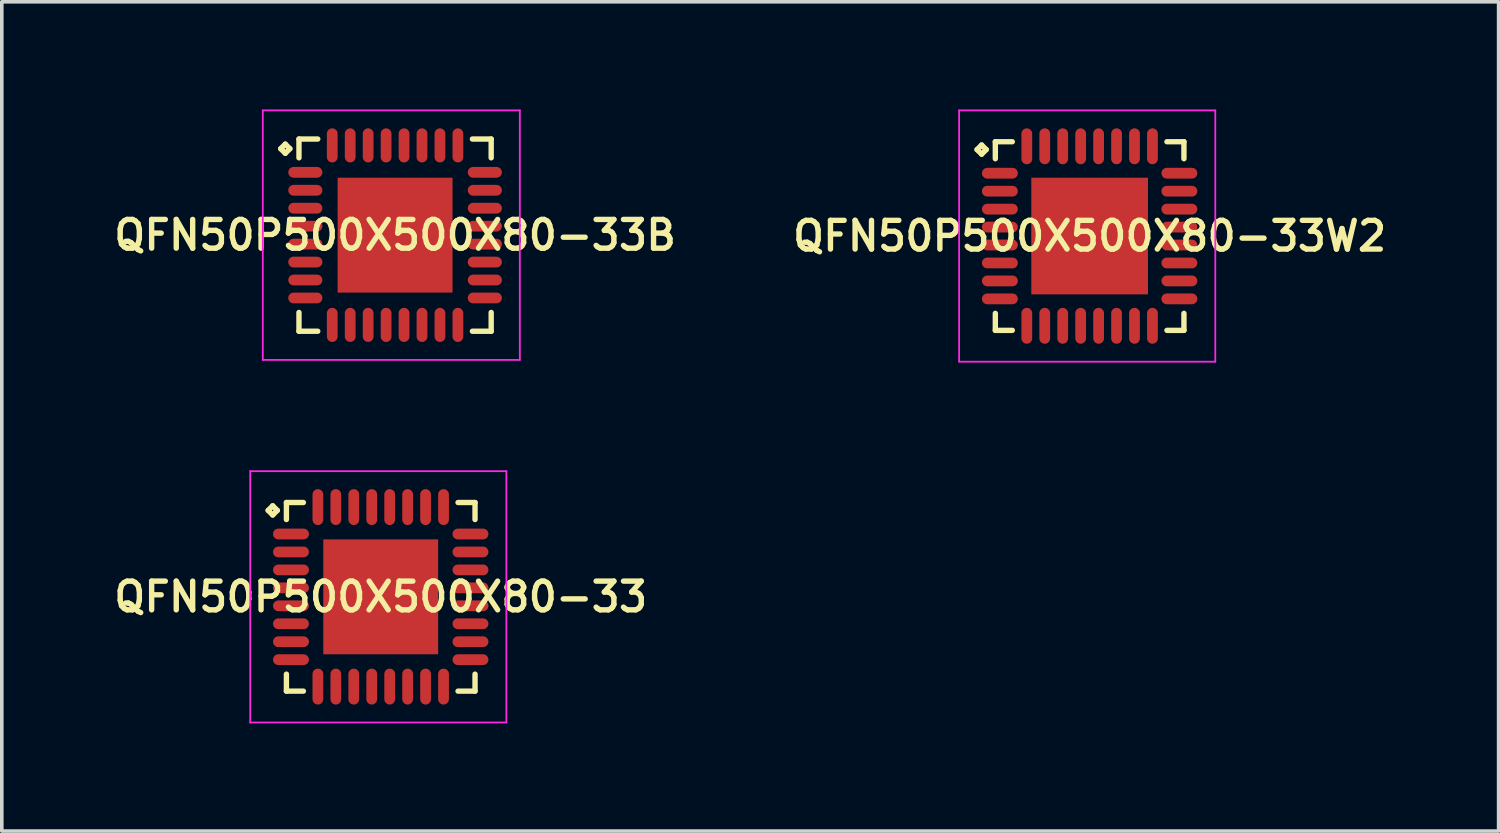
<source format=kicad_pcb>
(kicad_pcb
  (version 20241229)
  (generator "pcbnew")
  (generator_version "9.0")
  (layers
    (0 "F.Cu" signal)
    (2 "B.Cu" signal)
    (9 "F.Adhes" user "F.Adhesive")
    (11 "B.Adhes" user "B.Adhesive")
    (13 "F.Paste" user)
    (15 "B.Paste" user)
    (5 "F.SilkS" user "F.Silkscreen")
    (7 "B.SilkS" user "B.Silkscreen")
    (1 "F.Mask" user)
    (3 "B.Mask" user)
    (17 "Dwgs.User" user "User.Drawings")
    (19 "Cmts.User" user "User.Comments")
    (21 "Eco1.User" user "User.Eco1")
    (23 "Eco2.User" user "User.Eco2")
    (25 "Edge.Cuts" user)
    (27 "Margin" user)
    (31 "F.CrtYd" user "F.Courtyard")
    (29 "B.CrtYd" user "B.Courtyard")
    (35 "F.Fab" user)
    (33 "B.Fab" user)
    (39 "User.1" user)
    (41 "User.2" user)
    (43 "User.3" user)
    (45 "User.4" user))
  (footprint "QFN50P500X500X80-33B"
    (layer "F.Cu")
    (at 7.955 3.5)
    (property "Reference" "QFN50P500X500X80-33B" (at 0 0 0) (layer "F.SilkS") (effects (font (size 0.8 0.8) (thickness 0.15))))
    (attr smd)
    (fp_line (start -3.185 -2.408) (end -3.058 -2.535) (stroke (width 0.15) (type solid)) (layer "F.SilkS"))
    (fp_line (start -3.058 -2.535) (end -2.931 -2.408) (stroke (width 0.15) (type solid)) (layer "F.SilkS"))
    (fp_line (start -3.058 -2.281) (end -3.185 -2.408) (stroke (width 0.15) (type solid)) (layer "F.SilkS"))
    (fp_line (start -2.931 -2.408) (end -3.058 -2.281) (stroke (width 0.15) (type solid)) (layer "F.SilkS"))
    (fp_line (start -2.677 -2.677) (end -2.154 -2.677) (stroke (width 0.15) (type solid)) (layer "F.SilkS"))
    (fp_line (start -2.677 -2.154) (end -2.677 -2.677) (stroke (width 0.15) (type solid)) (layer "F.SilkS"))
    (fp_line (start -2.677 2.154) (end -2.677 2.677) (stroke (width 0.15) (type solid)) (layer "F.SilkS"))
    (fp_line (start -2.677 2.677) (end -2.154 2.677) (stroke (width 0.15) (type solid)) (layer "F.SilkS"))
    (fp_line (start 2.154 -2.677) (end 2.677 -2.677) (stroke (width 0.15) (type solid)) (layer "F.SilkS"))
    (fp_line (start 2.154 2.677) (end 2.677 2.677) (stroke (width 0.15) (type solid)) (layer "F.SilkS"))
    (fp_line (start 2.677 -2.677) (end 2.677 -2.154) (stroke (width 0.15) (type solid)) (layer "F.SilkS"))
    (fp_line (start 2.677 2.677) (end 2.677 2.154) (stroke (width 0.15) (type solid)) (layer "F.SilkS"))
    (fp_line (start -3.685 -3.475) (end 3.475 -3.475) (stroke (width 0.05) (type solid)) (layer "F.CrtYd"))
    (fp_line (start -3.685 3.475) (end -3.685 -3.475) (stroke (width 0.05) (type solid)) (layer "F.CrtYd"))
    (fp_line (start 3.475 -3.475) (end 3.475 3.475) (stroke (width 0.05) (type solid)) (layer "F.CrtYd"))
    (fp_line (start 3.475 3.475) (end -3.685 3.475) (stroke (width 0.05) (type solid)) (layer "F.CrtYd"))
    (pad "1" smd oval (at -2.5 -1.75) (size 0.95 0.3) (layers "F.Cu" "F.Mask" "F.Paste"))
    (pad "2" smd oval (at -2.5 -1.25) (size 0.95 0.3) (layers "F.Cu" "F.Mask" "F.Paste"))
    (pad "3" smd oval (at -2.5 -0.75) (size 0.95 0.3) (layers "F.Cu" "F.Mask" "F.Paste"))
    (pad "4" smd oval (at -2.5 -0.25) (size 0.95 0.3) (layers "F.Cu" "F.Mask" "F.Paste"))
    (pad "5" smd oval (at -2.5 0.25) (size 0.95 0.3) (layers "F.Cu" "F.Mask" "F.Paste"))
    (pad "6" smd oval (at -2.5 0.75) (size 0.95 0.3) (layers "F.Cu" "F.Mask" "F.Paste"))
    (pad "7" smd oval (at -2.5 1.25) (size 0.95 0.3) (layers "F.Cu" "F.Mask" "F.Paste"))
    (pad "8" smd oval (at -2.5 1.75) (size 0.95 0.3) (layers "F.Cu" "F.Mask" "F.Paste"))
    (pad "9" smd oval (at -1.75 2.5) (size 0.3 0.95) (layers "F.Cu" "F.Mask" "F.Paste"))
    (pad "10" smd oval (at -1.25 2.5) (size 0.3 0.95) (layers "F.Cu" "F.Mask" "F.Paste"))
    (pad "11" smd oval (at -0.75 2.5) (size 0.3 0.95) (layers "F.Cu" "F.Mask" "F.Paste"))
    (pad "12" smd oval (at -0.25 2.5) (size 0.3 0.95) (layers "F.Cu" "F.Mask" "F.Paste"))
    (pad "13" smd oval (at 0.25 2.5) (size 0.3 0.95) (layers "F.Cu" "F.Mask" "F.Paste"))
    (pad "14" smd oval (at 0.75 2.5) (size 0.3 0.95) (layers "F.Cu" "F.Mask" "F.Paste"))
    (pad "15" smd oval (at 1.25 2.5) (size 0.3 0.95) (layers "F.Cu" "F.Mask" "F.Paste"))
    (pad "16" smd oval (at 1.75 2.5) (size 0.3 0.95) (layers "F.Cu" "F.Mask" "F.Paste"))
    (pad "17" smd oval (at 2.5 1.75) (size 0.95 0.3) (layers "F.Cu" "F.Mask" "F.Paste"))
    (pad "18" smd oval (at 2.5 1.25) (size 0.95 0.3) (layers "F.Cu" "F.Mask" "F.Paste"))
    (pad "19" smd oval (at 2.5 0.75) (size 0.95 0.3) (layers "F.Cu" "F.Mask" "F.Paste"))
    (pad "20" smd oval (at 2.5 0.25) (size 0.95 0.3) (layers "F.Cu" "F.Mask" "F.Paste"))
    (pad "21" smd oval (at 2.5 -0.25) (size 0.95 0.3) (layers "F.Cu" "F.Mask" "F.Paste"))
    (pad "22" smd oval (at 2.5 -0.75) (size 0.95 0.3) (layers "F.Cu" "F.Mask" "F.Paste"))
    (pad "23" smd oval (at 2.5 -1.25) (size 0.95 0.3) (layers "F.Cu" "F.Mask" "F.Paste"))
    (pad "24" smd oval (at 2.5 -1.75) (size 0.95 0.3) (layers "F.Cu" "F.Mask" "F.Paste"))
    (pad "25" smd oval (at 1.75 -2.5) (size 0.3 0.95) (layers "F.Cu" "F.Mask" "F.Paste"))
    (pad "26" smd oval (at 1.25 -2.5) (size 0.3 0.95) (layers "F.Cu" "F.Mask" "F.Paste"))
    (pad "27" smd oval (at 0.75 -2.5) (size 0.3 0.95) (layers "F.Cu" "F.Mask" "F.Paste"))
    (pad "28" smd oval (at 0.25 -2.5) (size 0.3 0.95) (layers "F.Cu" "F.Mask" "F.Paste"))
    (pad "29" smd oval (at -0.25 -2.5) (size 0.3 0.95) (layers "F.Cu" "F.Mask" "F.Paste"))
    (pad "30" smd oval (at -0.75 -2.5) (size 0.3 0.95) (layers "F.Cu" "F.Mask" "F.Paste"))
    (pad "31" smd oval (at -1.25 -2.5) (size 0.3 0.95) (layers "F.Cu" "F.Mask" "F.Paste"))
    (pad "32" smd oval (at -1.75 -2.5) (size 0.3 0.95) (layers "F.Cu" "F.Mask" "F.Paste"))
    (pad "33" smd rect (at 0 0) (size 3.2 3.2) (layers "F.Cu" "F.Mask" "F.Paste")))
  (footprint "QFN50P500X500X80-33W2"
    (layer "F.Cu")
    (at 27.302 3.525)
    (property "Reference" "QFN50P500X500X80-33W2" (at 0 0 0) (layer "F.SilkS") (effects (font (size 0.8 0.8) (thickness 0.15))))
    (attr smd)
    (fp_line (start -3.135 -2.408) (end -3.008 -2.535) (stroke (width 0.15) (type solid)) (layer "F.SilkS"))
    (fp_line (start -3.008 -2.535) (end -2.881 -2.408) (stroke (width 0.15) (type solid)) (layer "F.SilkS"))
    (fp_line (start -3.008 -2.281) (end -3.135 -2.408) (stroke (width 0.15) (type solid)) (layer "F.SilkS"))
    (fp_line (start -2.881 -2.408) (end -3.008 -2.281) (stroke (width 0.15) (type solid)) (layer "F.SilkS"))
    (fp_line (start -2.627 -2.627) (end -2.154 -2.627) (stroke (width 0.15) (type solid)) (layer "F.SilkS"))
    (fp_line (start -2.627 -2.154) (end -2.627 -2.627) (stroke (width 0.15) (type solid)) (layer "F.SilkS"))
    (fp_line (start -2.627 2.154) (end -2.627 2.627) (stroke (width 0.15) (type solid)) (layer "F.SilkS"))
    (fp_line (start -2.627 2.627) (end -2.154 2.627) (stroke (width 0.15) (type solid)) (layer "F.SilkS"))
    (fp_line (start 2.154 -2.627) (end 2.627 -2.627) (stroke (width 0.15) (type solid)) (layer "F.SilkS"))
    (fp_line (start 2.154 2.627) (end 2.627 2.627) (stroke (width 0.15) (type solid)) (layer "F.SilkS"))
    (fp_line (start 2.627 -2.627) (end 2.627 -2.154) (stroke (width 0.15) (type solid)) (layer "F.SilkS"))
    (fp_line (start 2.627 2.627) (end 2.627 2.154) (stroke (width 0.15) (type solid)) (layer "F.SilkS"))
    (fp_line (start -3.635 -3.5) (end 3.5 -3.5) (stroke (width 0.05) (type solid)) (layer "F.CrtYd"))
    (fp_line (start -3.635 3.5) (end -3.635 -3.5) (stroke (width 0.05) (type solid)) (layer "F.CrtYd"))
    (fp_line (start 3.5 -3.5) (end 3.5 3.5) (stroke (width 0.05) (type solid)) (layer "F.CrtYd"))
    (fp_line (start 3.5 3.5) (end -3.635 3.5) (stroke (width 0.05) (type solid)) (layer "F.CrtYd"))
    (pad "1" smd oval (at -2.5 -1.75) (size 1 0.3) (layers "F.Cu" "F.Mask" "F.Paste"))
    (pad "2" smd oval (at -2.5 -1.25) (size 1 0.3) (layers "F.Cu" "F.Mask" "F.Paste"))
    (pad "3" smd oval (at -2.5 -0.75) (size 1 0.3) (layers "F.Cu" "F.Mask" "F.Paste"))
    (pad "4" smd oval (at -2.5 -0.25) (size 1 0.3) (layers "F.Cu" "F.Mask" "F.Paste"))
    (pad "5" smd oval (at -2.5 0.25) (size 1 0.3) (layers "F.Cu" "F.Mask" "F.Paste"))
    (pad "6" smd oval (at -2.5 0.75) (size 1 0.3) (layers "F.Cu" "F.Mask" "F.Paste"))
    (pad "7" smd oval (at -2.5 1.25) (size 1 0.3) (layers "F.Cu" "F.Mask" "F.Paste"))
    (pad "8" smd oval (at -2.5 1.75) (size 1 0.3) (layers "F.Cu" "F.Mask" "F.Paste"))
    (pad "9" smd oval (at -1.75 2.5) (size 0.3 1) (layers "F.Cu" "F.Mask" "F.Paste"))
    (pad "10" smd oval (at -1.25 2.5) (size 0.3 1) (layers "F.Cu" "F.Mask" "F.Paste"))
    (pad "11" smd oval (at -0.75 2.5) (size 0.3 1) (layers "F.Cu" "F.Mask" "F.Paste"))
    (pad "12" smd oval (at -0.25 2.5) (size 0.3 1) (layers "F.Cu" "F.Mask" "F.Paste"))
    (pad "13" smd oval (at 0.25 2.5) (size 0.3 1) (layers "F.Cu" "F.Mask" "F.Paste"))
    (pad "14" smd oval (at 0.75 2.5) (size 0.3 1) (layers "F.Cu" "F.Mask" "F.Paste"))
    (pad "15" smd oval (at 1.25 2.5) (size 0.3 1) (layers "F.Cu" "F.Mask" "F.Paste"))
    (pad "16" smd oval (at 1.75 2.5) (size 0.3 1) (layers "F.Cu" "F.Mask" "F.Paste"))
    (pad "17" smd oval (at 2.5 1.75) (size 1 0.3) (layers "F.Cu" "F.Mask" "F.Paste"))
    (pad "18" smd oval (at 2.5 1.25) (size 1 0.3) (layers "F.Cu" "F.Mask" "F.Paste"))
    (pad "19" smd oval (at 2.5 0.75) (size 1 0.3) (layers "F.Cu" "F.Mask" "F.Paste"))
    (pad "20" smd oval (at 2.5 0.25) (size 1 0.3) (layers "F.Cu" "F.Mask" "F.Paste"))
    (pad "21" smd oval (at 2.5 -0.25) (size 1 0.3) (layers "F.Cu" "F.Mask" "F.Paste"))
    (pad "22" smd oval (at 2.5 -0.75) (size 1 0.3) (layers "F.Cu" "F.Mask" "F.Paste"))
    (pad "23" smd oval (at 2.5 -1.25) (size 1 0.3) (layers "F.Cu" "F.Mask" "F.Paste"))
    (pad "24" smd oval (at 2.5 -1.75) (size 1 0.3) (layers "F.Cu" "F.Mask" "F.Paste"))
    (pad "25" smd oval (at 1.75 -2.5) (size 0.3 1) (layers "F.Cu" "F.Mask" "F.Paste"))
    (pad "26" smd oval (at 1.25 -2.5) (size 0.3 1) (layers "F.Cu" "F.Mask" "F.Paste"))
    (pad "27" smd oval (at 0.75 -2.5) (size 0.3 1) (layers "F.Cu" "F.Mask" "F.Paste"))
    (pad "28" smd oval (at 0.25 -2.5) (size 0.3 1) (layers "F.Cu" "F.Mask" "F.Paste"))
    (pad "29" smd oval (at -0.25 -2.5) (size 0.3 1) (layers "F.Cu" "F.Mask" "F.Paste"))
    (pad "30" smd oval (at -0.75 -2.5) (size 0.3 1) (layers "F.Cu" "F.Mask" "F.Paste"))
    (pad "31" smd oval (at -1.25 -2.5) (size 0.3 1) (layers "F.Cu" "F.Mask" "F.Paste"))
    (pad "32" smd oval (at -1.75 -2.5) (size 0.3 1) (layers "F.Cu" "F.Mask" "F.Paste"))
    (pad "33" smd rect (at 0 0) (size 3.25 3.25) (layers "F.Cu" "F.Mask" "F.Paste")))
  (footprint "QFN50P500X500X80-33"
    (layer "F.Cu")
    (at 7.555 13.575)
    (property "Reference" "QFN50P500X500X80-33" (at 0 0 0) (layer "F.SilkS") (effects (font (size 0.8 0.8) (thickness 0.15))))
    (attr smd)
    (fp_line (start -3.135 -2.408) (end -3.008 -2.535) (stroke (width 0.15) (type solid)) (layer "F.SilkS"))
    (fp_line (start -3.008 -2.535) (end -2.881 -2.408) (stroke (width 0.15) (type solid)) (layer "F.SilkS"))
    (fp_line (start -3.008 -2.281) (end -3.135 -2.408) (stroke (width 0.15) (type solid)) (layer "F.SilkS"))
    (fp_line (start -2.881 -2.408) (end -3.008 -2.281) (stroke (width 0.15) (type solid)) (layer "F.SilkS"))
    (fp_line (start -2.627 -2.627) (end -2.154 -2.627) (stroke (width 0.15) (type solid)) (layer "F.SilkS"))
    (fp_line (start -2.627 -2.154) (end -2.627 -2.627) (stroke (width 0.15) (type solid)) (layer "F.SilkS"))
    (fp_line (start -2.627 2.154) (end -2.627 2.627) (stroke (width 0.15) (type solid)) (layer "F.SilkS"))
    (fp_line (start -2.627 2.627) (end -2.154 2.627) (stroke (width 0.15) (type solid)) (layer "F.SilkS"))
    (fp_line (start 2.154 -2.627) (end 2.627 -2.627) (stroke (width 0.15) (type solid)) (layer "F.SilkS"))
    (fp_line (start 2.154 2.627) (end 2.627 2.627) (stroke (width 0.15) (type solid)) (layer "F.SilkS"))
    (fp_line (start 2.627 -2.627) (end 2.627 -2.154) (stroke (width 0.15) (type solid)) (layer "F.SilkS"))
    (fp_line (start 2.627 2.627) (end 2.627 2.154) (stroke (width 0.15) (type solid)) (layer "F.SilkS"))
    (fp_line (start -3.635 -3.5) (end 3.5 -3.5) (stroke (width 0.05) (type solid)) (layer "F.CrtYd"))
    (fp_line (start -3.635 3.5) (end -3.635 -3.5) (stroke (width 0.05) (type solid)) (layer "F.CrtYd"))
    (fp_line (start 3.5 -3.5) (end 3.5 3.5) (stroke (width 0.05) (type solid)) (layer "F.CrtYd"))
    (fp_line (start 3.5 3.5) (end -3.635 3.5) (stroke (width 0.05) (type solid)) (layer "F.CrtYd"))
    (pad "1" smd oval (at -2.5 -1.75) (size 1 0.3) (layers "F.Cu" "F.Mask" "F.Paste"))
    (pad "2" smd oval (at -2.5 -1.25) (size 1 0.3) (layers "F.Cu" "F.Mask" "F.Paste"))
    (pad "3" smd oval (at -2.5 -0.75) (size 1 0.3) (layers "F.Cu" "F.Mask" "F.Paste"))
    (pad "4" smd oval (at -2.5 -0.25) (size 1 0.3) (layers "F.Cu" "F.Mask" "F.Paste"))
    (pad "5" smd oval (at -2.5 0.25) (size 1 0.3) (layers "F.Cu" "F.Mask" "F.Paste"))
    (pad "6" smd oval (at -2.5 0.75) (size 1 0.3) (layers "F.Cu" "F.Mask" "F.Paste"))
    (pad "7" smd oval (at -2.5 1.25) (size 1 0.3) (layers "F.Cu" "F.Mask" "F.Paste"))
    (pad "8" smd oval (at -2.5 1.75) (size 1 0.3) (layers "F.Cu" "F.Mask" "F.Paste"))
    (pad "9" smd oval (at -1.75 2.5) (size 0.3 1) (layers "F.Cu" "F.Mask" "F.Paste"))
    (pad "10" smd oval (at -1.25 2.5) (size 0.3 1) (layers "F.Cu" "F.Mask" "F.Paste"))
    (pad "11" smd oval (at -0.75 2.5) (size 0.3 1) (layers "F.Cu" "F.Mask" "F.Paste"))
    (pad "12" smd oval (at -0.25 2.5) (size 0.3 1) (layers "F.Cu" "F.Mask" "F.Paste"))
    (pad "13" smd oval (at 0.25 2.5) (size 0.3 1) (layers "F.Cu" "F.Mask" "F.Paste"))
    (pad "14" smd oval (at 0.75 2.5) (size 0.3 1) (layers "F.Cu" "F.Mask" "F.Paste"))
    (pad "15" smd oval (at 1.25 2.5) (size 0.3 1) (layers "F.Cu" "F.Mask" "F.Paste"))
    (pad "16" smd oval (at 1.75 2.5) (size 0.3 1) (layers "F.Cu" "F.Mask" "F.Paste"))
    (pad "17" smd oval (at 2.5 1.75) (size 1 0.3) (layers "F.Cu" "F.Mask" "F.Paste"))
    (pad "18" smd oval (at 2.5 1.25) (size 1 0.3) (layers "F.Cu" "F.Mask" "F.Paste"))
    (pad "19" smd oval (at 2.5 0.75) (size 1 0.3) (layers "F.Cu" "F.Mask" "F.Paste"))
    (pad "20" smd oval (at 2.5 0.25) (size 1 0.3) (layers "F.Cu" "F.Mask" "F.Paste"))
    (pad "21" smd oval (at 2.5 -0.25) (size 1 0.3) (layers "F.Cu" "F.Mask" "F.Paste"))
    (pad "22" smd oval (at 2.5 -0.75) (size 1 0.3) (layers "F.Cu" "F.Mask" "F.Paste"))
    (pad "23" smd oval (at 2.5 -1.25) (size 1 0.3) (layers "F.Cu" "F.Mask" "F.Paste"))
    (pad "24" smd oval (at 2.5 -1.75) (size 1 0.3) (layers "F.Cu" "F.Mask" "F.Paste"))
    (pad "25" smd oval (at 1.75 -2.5) (size 0.3 1) (layers "F.Cu" "F.Mask" "F.Paste"))
    (pad "26" smd oval (at 1.25 -2.5) (size 0.3 1) (layers "F.Cu" "F.Mask" "F.Paste"))
    (pad "27" smd oval (at 0.75 -2.5) (size 0.3 1) (layers "F.Cu" "F.Mask" "F.Paste"))
    (pad "28" smd oval (at 0.25 -2.5) (size 0.3 1) (layers "F.Cu" "F.Mask" "F.Paste"))
    (pad "29" smd oval (at -0.25 -2.5) (size 0.3 1) (layers "F.Cu" "F.Mask" "F.Paste"))
    (pad "30" smd oval (at -0.75 -2.5) (size 0.3 1) (layers "F.Cu" "F.Mask" "F.Paste"))
    (pad "31" smd oval (at -1.25 -2.5) (size 0.3 1) (layers "F.Cu" "F.Mask" "F.Paste"))
    (pad "32" smd oval (at -1.75 -2.5) (size 0.3 1) (layers "F.Cu" "F.Mask" "F.Paste"))
    (pad "33" smd rect (at 0 0) (size 3.2 3.2) (layers "F.Cu" "F.Mask" "F.Paste")))
  (gr_rect
    (start -3 -3)
    (end 38.694 20.1)
    (stroke (width 0.1) (type default))
    (fill no)
    (layer "Edge.Cuts")))
</source>
